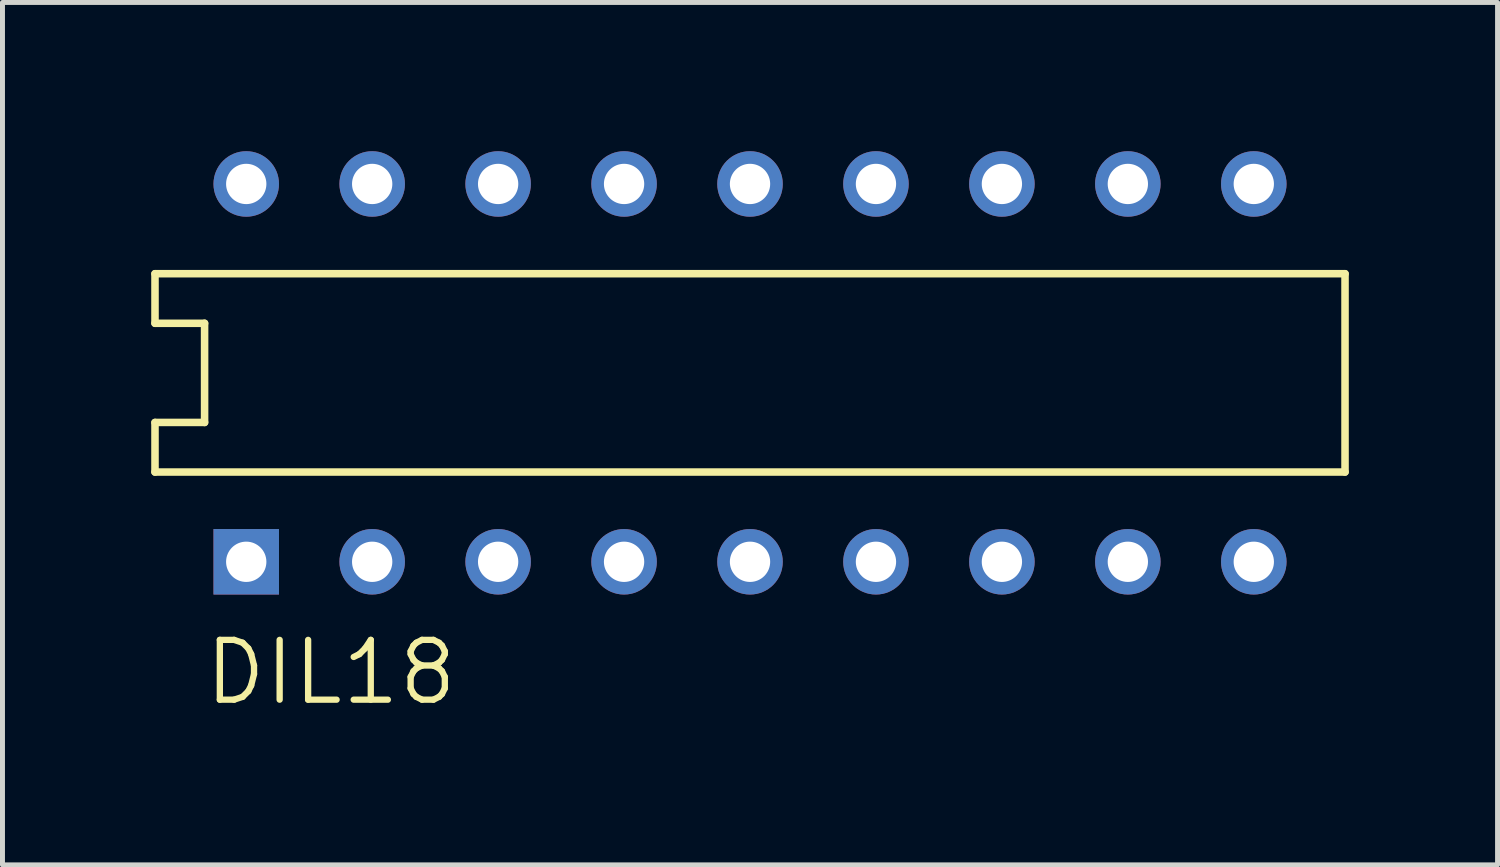
<source format=kicad_pcb>
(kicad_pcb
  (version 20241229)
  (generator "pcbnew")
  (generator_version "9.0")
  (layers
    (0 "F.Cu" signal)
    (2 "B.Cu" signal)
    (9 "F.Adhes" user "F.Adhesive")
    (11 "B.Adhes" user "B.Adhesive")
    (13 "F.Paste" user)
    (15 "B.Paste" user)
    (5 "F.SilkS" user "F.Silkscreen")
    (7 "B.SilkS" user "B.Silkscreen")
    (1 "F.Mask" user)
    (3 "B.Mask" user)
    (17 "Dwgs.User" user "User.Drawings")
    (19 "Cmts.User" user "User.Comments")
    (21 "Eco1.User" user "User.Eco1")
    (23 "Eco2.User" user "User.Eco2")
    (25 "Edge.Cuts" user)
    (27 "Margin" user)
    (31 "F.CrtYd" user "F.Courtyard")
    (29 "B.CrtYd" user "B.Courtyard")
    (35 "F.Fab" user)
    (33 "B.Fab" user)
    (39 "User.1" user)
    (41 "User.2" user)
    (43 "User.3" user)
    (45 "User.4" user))
  (footprint "DIL18"
    (layer "F.Cu")
    (at 12.076 4.47)
    (property "Reference" "DIL18" (at -5.842 5.334 0) (layer "F.SilkS") (effects (font (size 1.206 1.206) (thickness 0.127)) (justify right top)))
    (attr through_hole)
    (fp_line (start -12 -2) (end -12 -1) (stroke (width 0.152) (type solid)) (layer "F.SilkS"))
    (fp_line (start -12 -1) (end -11 -1) (stroke (width 0.152) (type solid)) (layer "F.SilkS"))
    (fp_line (start -12 1) (end -11 1) (stroke (width 0.152) (type solid)) (layer "F.SilkS"))
    (fp_line (start -12 2) (end -12 1) (stroke (width 0.152) (type solid)) (layer "F.SilkS"))
    (fp_line (start -12 2) (end 12 2) (stroke (width 0.152) (type solid)) (layer "F.SilkS"))
    (fp_line (start -11 1) (end -11 -1) (stroke (width 0.152) (type solid)) (layer "F.SilkS"))
    (fp_line (start 12 -2) (end -12 -2) (stroke (width 0.152) (type solid)) (layer "F.SilkS"))
    (fp_line (start 12 -2) (end 12 2) (stroke (width 0.152) (type solid)) (layer "F.SilkS"))
    (pad "1" thru_hole rect (at -10.16 3.81 90) (size 1.321 1.321) (drill 0.813) (layers "*.Cu" "*.Mask"))
    (pad "2" thru_hole circle (at -7.62 3.81 90) (size 1.321 1.321) (drill 0.813) (layers "*.Cu" "*.Mask"))
    (pad "3" thru_hole circle (at -5.08 3.81 90) (size 1.321 1.321) (drill 0.813) (layers "*.Cu" "*.Mask"))
    (pad "4" thru_hole circle (at -2.54 3.81 90) (size 1.321 1.321) (drill 0.813) (layers "*.Cu" "*.Mask"))
    (pad "5" thru_hole circle (at 0 3.81 90) (size 1.321 1.321) (drill 0.813) (layers "*.Cu" "*.Mask"))
    (pad "6" thru_hole circle (at 2.54 3.81 90) (size 1.321 1.321) (drill 0.813) (layers "*.Cu" "*.Mask"))
    (pad "7" thru_hole circle (at 5.08 3.81 90) (size 1.321 1.321) (drill 0.813) (layers "*.Cu" "*.Mask"))
    (pad "8" thru_hole circle (at 7.62 3.81 90) (size 1.321 1.321) (drill 0.813) (layers "*.Cu" "*.Mask"))
    (pad "9" thru_hole circle (at 10.16 3.81 90) (size 1.321 1.321) (drill 0.813) (layers "*.Cu" "*.Mask"))
    (pad "10" thru_hole circle (at 10.16 -3.81 90) (size 1.321 1.321) (drill 0.813) (layers "*.Cu" "*.Mask"))
    (pad "11" thru_hole circle (at 7.62 -3.81 90) (size 1.321 1.321) (drill 0.813) (layers "*.Cu" "*.Mask"))
    (pad "12" thru_hole circle (at 5.08 -3.81 90) (size 1.321 1.321) (drill 0.813) (layers "*.Cu" "*.Mask"))
    (pad "13" thru_hole circle (at 2.54 -3.81 90) (size 1.321 1.321) (drill 0.813) (layers "*.Cu" "*.Mask"))
    (pad "14" thru_hole circle (at 0 -3.81 90) (size 1.321 1.321) (drill 0.813) (layers "*.Cu" "*.Mask"))
    (pad "15" thru_hole circle (at -2.54 -3.81 90) (size 1.321 1.321) (drill 0.813) (layers "*.Cu" "*.Mask"))
    (pad "16" thru_hole circle (at -5.08 -3.81 90) (size 1.321 1.321) (drill 0.813) (layers "*.Cu" "*.Mask"))
    (pad "17" thru_hole circle (at -7.62 -3.81 90) (size 1.321 1.321) (drill 0.813) (layers "*.Cu" "*.Mask"))
    (pad "18" thru_hole circle (at -10.16 -3.81 90) (size 1.321 1.321) (drill 0.813) (layers "*.Cu" "*.Mask")))
  (gr_rect
    (start -3 -3)
    (end 27.152 14.392)
    (stroke (width 0.1) (type default))
    (fill no)
    (layer "Edge.Cuts")))
</source>
